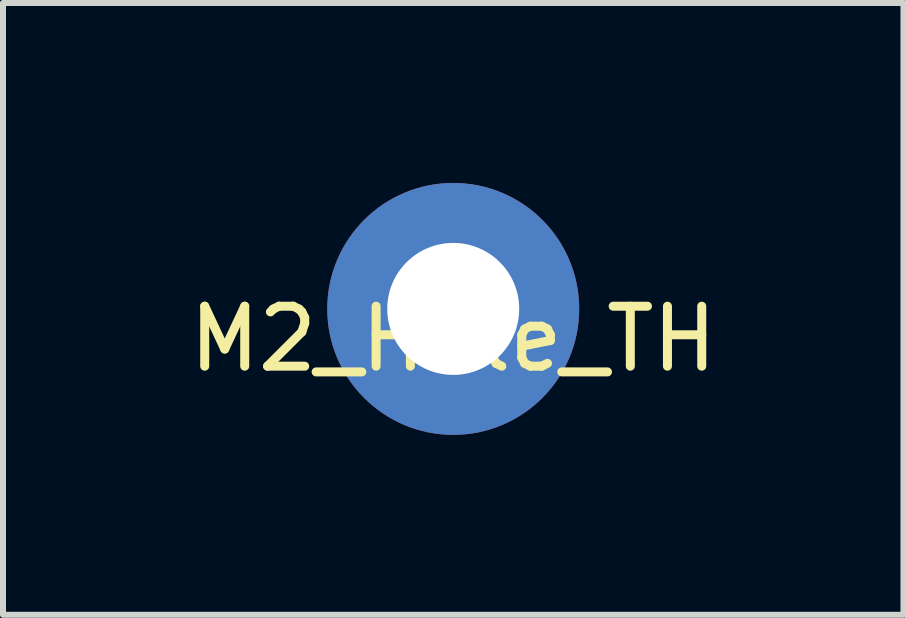
<source format=kicad_pcb>
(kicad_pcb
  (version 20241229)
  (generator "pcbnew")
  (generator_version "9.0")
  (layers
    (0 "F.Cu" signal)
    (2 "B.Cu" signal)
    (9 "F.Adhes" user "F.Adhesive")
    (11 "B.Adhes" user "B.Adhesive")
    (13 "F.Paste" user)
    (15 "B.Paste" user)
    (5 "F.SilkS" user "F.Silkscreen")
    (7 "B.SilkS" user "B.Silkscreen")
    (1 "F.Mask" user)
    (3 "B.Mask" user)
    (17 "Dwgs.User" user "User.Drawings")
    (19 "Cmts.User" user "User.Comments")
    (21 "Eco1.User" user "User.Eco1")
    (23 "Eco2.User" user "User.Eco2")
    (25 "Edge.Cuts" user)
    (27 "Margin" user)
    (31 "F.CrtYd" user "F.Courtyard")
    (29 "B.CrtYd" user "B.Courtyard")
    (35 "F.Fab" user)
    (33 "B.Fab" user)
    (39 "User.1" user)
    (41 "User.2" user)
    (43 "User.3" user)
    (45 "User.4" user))
  (footprint "M2_Hole_TH"
    (layer "F.Cu")
    (at 4.506 2.1)
    (property "Reference" "M2_Hole_TH" (at 0 0.5 0) (layer "F.SilkS") (effects (font (size 1 1) (thickness 0.15))))
    (attr through_hole)
    (pad "" thru_hole circle (at 0 0) (size 4.2 4.2) (drill 2.2) (layers "*.Cu" "*.Mask")))
  (gr_rect
    (start -3 -3)
    (end 12.012 7.2)
    (stroke (width 0.1) (type default))
    (fill no)
    (layer "Edge.Cuts")))
</source>
